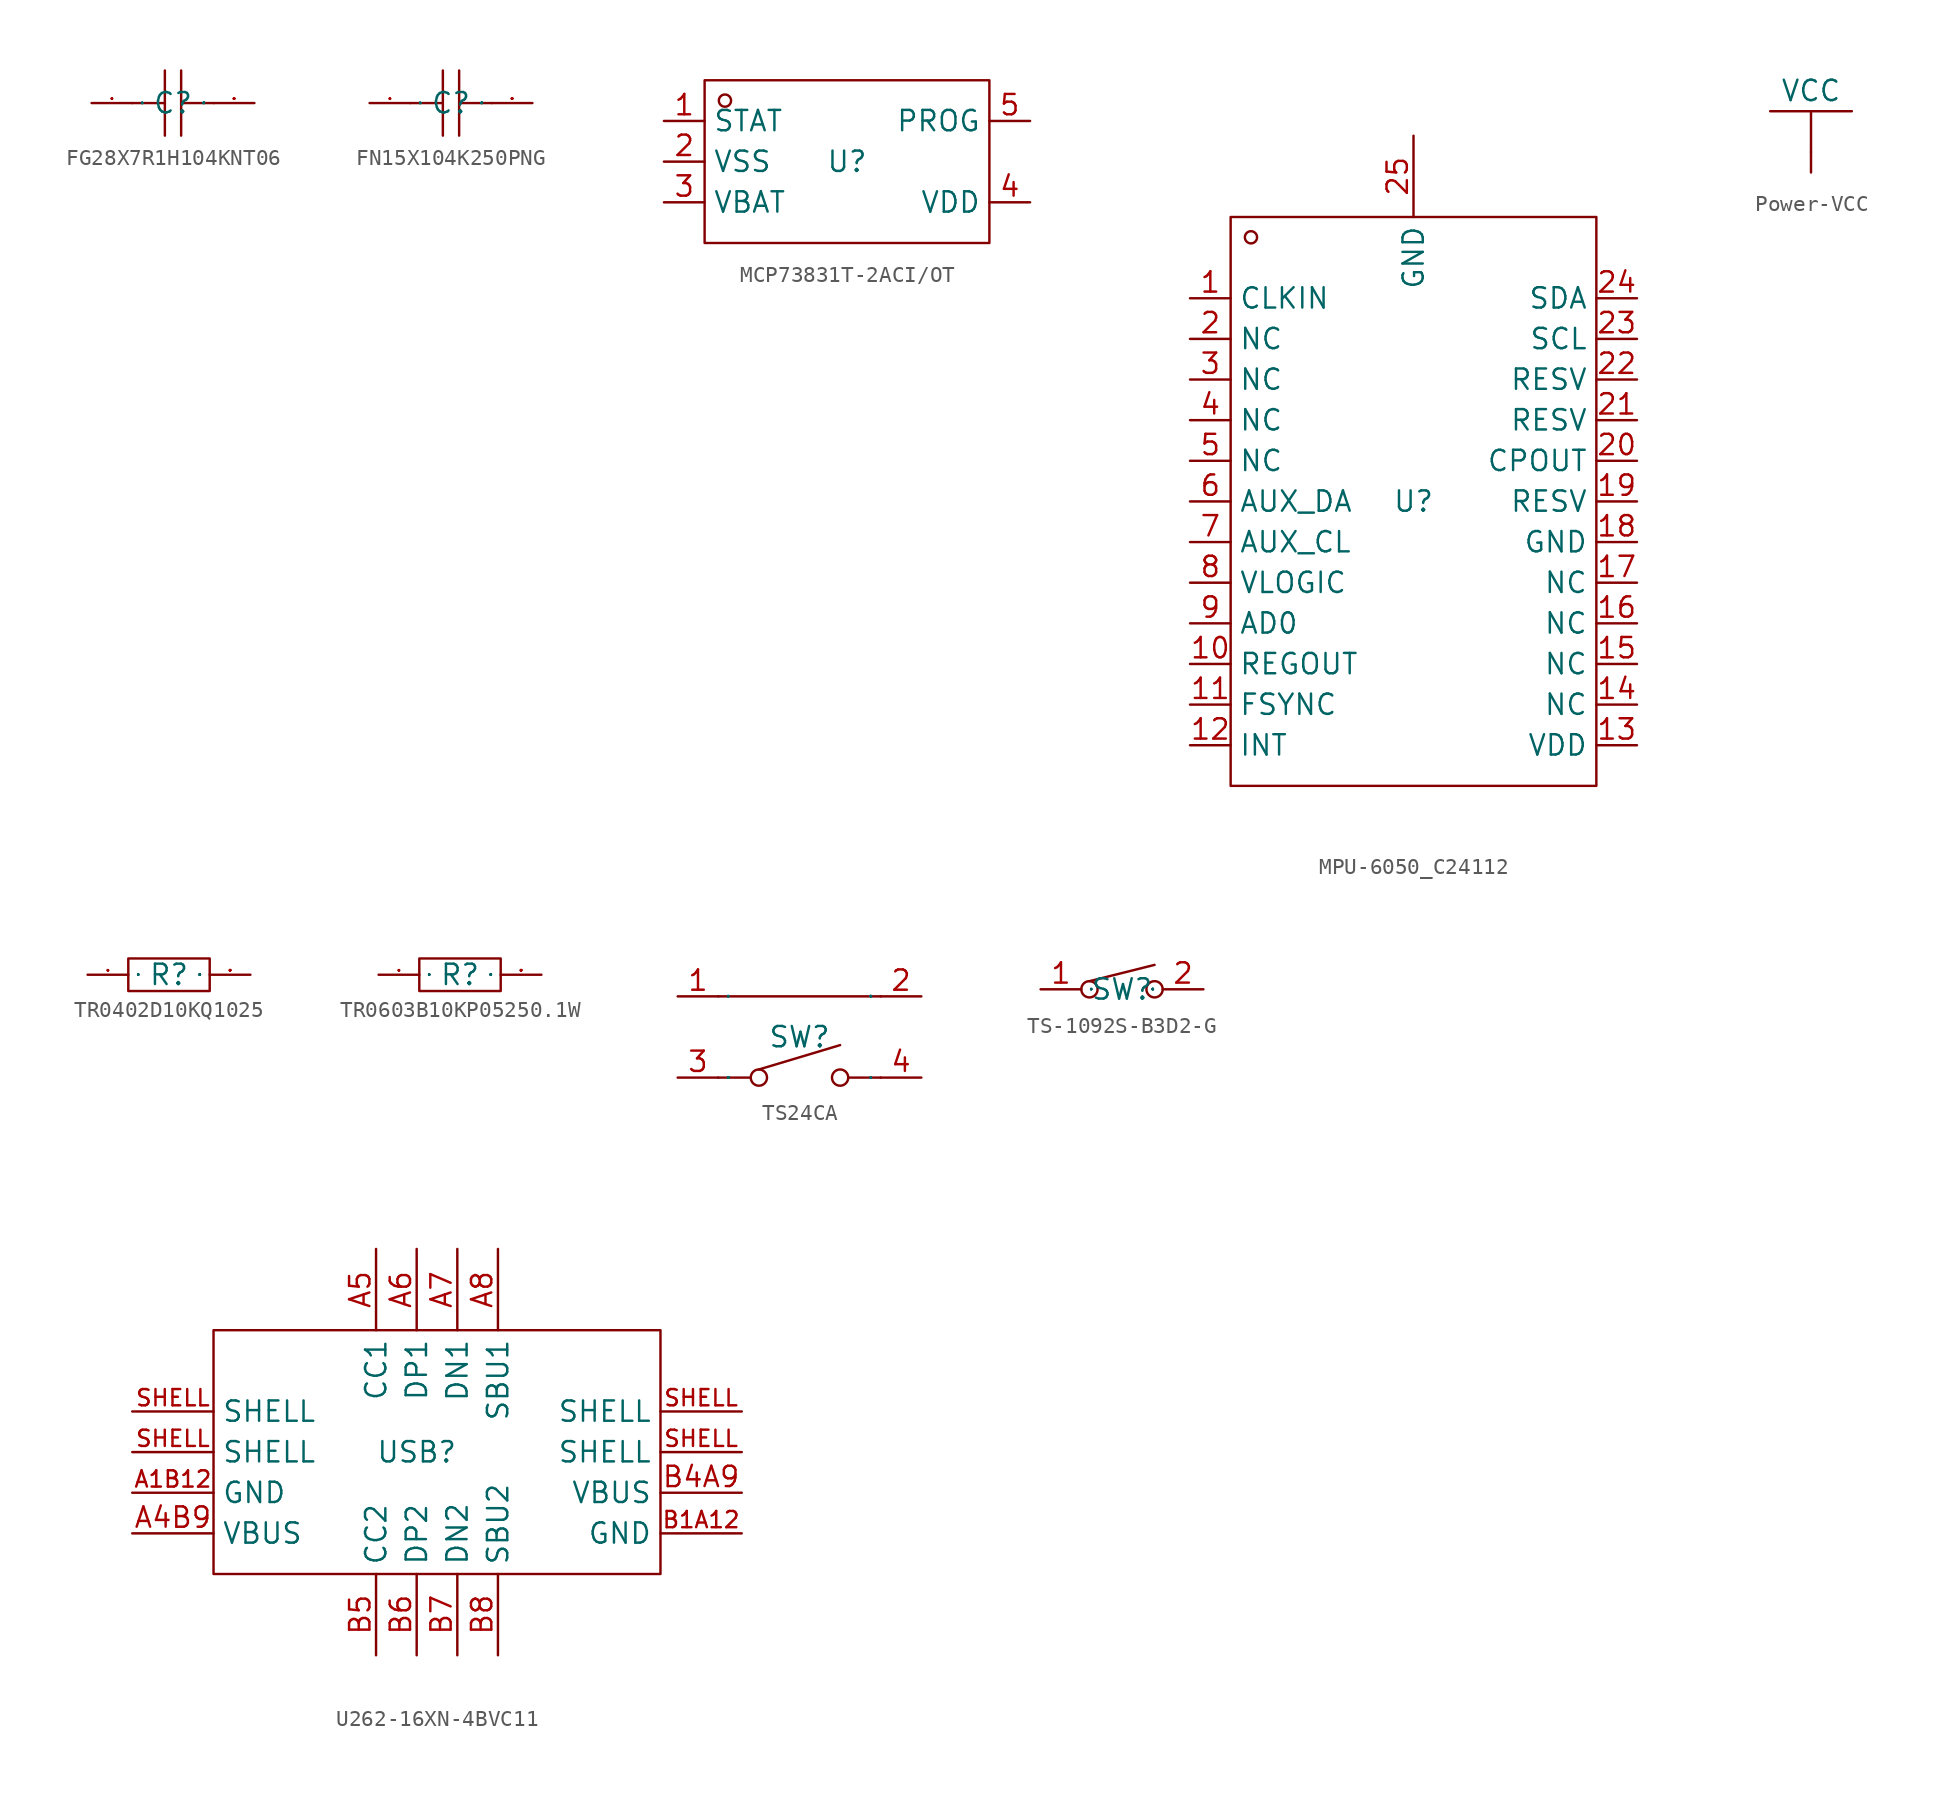
<source format=kicad_sym>
(kicad_symbol_lib
  (version 20241209)
  (generator "kicad_symbol_editor")
  (generator_version "9.0")
  (symbol "FG28X7R1H104KNT06"
    (property "Reference" "C"
      (at 0 0 0)
      (effects (font (size 1.27 1.27))))
    (symbol "FG28X7R1H104KNT06_1_0"
      (polyline (pts (xy -2.54 0) (xy -0.508 0)) (stroke (width 0) (type default)) (fill (type none)))
      (polyline (pts (xy -0.508 -2.032) (xy -0.508 2.032)) (stroke (width 0) (type default)) (fill (type none)))
      (polyline (pts (xy 0.508 2.032) (xy 0.508 -2.032)) (stroke (width 0) (type default)) (fill (type none)))
      (polyline (pts (xy 0.508 0) (xy 2.54 0)) (stroke (width 0) (type default)) (fill (type none)))
      (pin input line (at -5.08 0 0) (length 2.54) (name "1" (effects (font (size 0.025 0.025)))) (number "1" (effects (font (size 0.025 0.025)))))
      (pin input line (at 5.08 0 180) (length 2.54) (name "2" (effects (font (size 0.025 0.025)))) (number "2" (effects (font (size 0.025 0.025)))))))
  (symbol "FN15X104K250PNG"
    (property "Reference" "C"
      (at 0 0 0)
      (effects (font (size 1.27 1.27))))
    (symbol "FN15X104K250PNG_1_0"
      (polyline (pts (xy -0.508 0) (xy -2.54 0)) (stroke (width 0) (type default)) (fill (type none)))
      (polyline (pts (xy -0.508 -2.032) (xy -0.508 2.032)) (stroke (width 0) (type default)) (fill (type none)))
      (polyline (pts (xy 0.508 2.032) (xy 0.508 -2.032)) (stroke (width 0) (type default)) (fill (type none)))
      (polyline (pts (xy 2.54 0) (xy 0.508 0)) (stroke (width 0) (type default)) (fill (type none)))
      (pin input line (at -5.08 0 0) (length 2.54) (name "1" (effects (font (size 0.025 0.025)))) (number "1" (effects (font (size 0.025 0.025)))))
      (pin input line (at 5.08 0 180) (length 2.54) (name "2" (effects (font (size 0.025 0.025)))) (number "2" (effects (font (size 0.025 0.025)))))))
  (symbol "MCP73831T-2ACI/OT"
    (property "Reference" "U"
      (at 0 0 0)
      (effects (font (size 1.27 1.27))))
    (property "Value" ""
      (at 0 0 0)
      (effects (font (size 1.27 1.27))))
    (symbol "MCP73831T-2ACI/OT_1_0"
      (rectangle (start -8.89 -5.08) (end 8.89 5.08) (stroke (width 0) (type default)) (fill (type none)))
      (circle (center -7.62 3.81) (radius 0.381) (stroke (width 0) (type default)) (fill (type none)))
      (pin input line (at -11.43 2.54 0) (length 2.54) (name "STAT" (effects (font (size 1.27 1.27)))) (number "1" (effects (font (size 1.27 1.27)))))
      (pin input line (at -11.43 0 0) (length 2.54) (name "VSS" (effects (font (size 1.27 1.27)))) (number "2" (effects (font (size 1.27 1.27)))))
      (pin input line (at -11.43 -2.54 0) (length 2.54) (name "VBAT" (effects (font (size 1.27 1.27)))) (number "3" (effects (font (size 1.27 1.27)))))
      (pin input line (at 11.43 2.54 180) (length 2.54) (name "PROG" (effects (font (size 1.27 1.27)))) (number "5" (effects (font (size 1.27 1.27)))))
      (pin input line (at 11.43 -2.54 180) (length 2.54) (name "VDD" (effects (font (size 1.27 1.27)))) (number "4" (effects (font (size 1.27 1.27)))))))
  (symbol "MPU-6050_C24112"
    (property "Reference" "U"
      (at 0 0 0)
      (effects (font (size 1.27 1.27))))
    (property "Value" ""
      (at 0 0 0)
      (effects (font (size 1.27 1.27))))
    (symbol "MPU-6050_C24112_1_0"
      (rectangle (start -11.43 -17.78) (end 11.43 17.78) (stroke (width 0) (type default)) (fill (type none)))
      (circle (center -10.16 16.51) (radius 0.381) (stroke (width 0) (type default)) (fill (type none)))
      (pin input line (at -13.97 12.7 0) (length 2.54) (name "CLKIN" (effects (font (size 1.27 1.27)))) (number "1" (effects (font (size 1.27 1.27)))))
      (pin input line (at -13.97 10.16 0) (length 2.54) (name "NC" (effects (font (size 1.27 1.27)))) (number "2" (effects (font (size 1.27 1.27)))))
      (pin input line (at -13.97 7.62 0) (length 2.54) (name "NC" (effects (font (size 1.27 1.27)))) (number "3" (effects (font (size 1.27 1.27)))))
      (pin input line (at -13.97 5.08 0) (length 2.54) (name "NC" (effects (font (size 1.27 1.27)))) (number "4" (effects (font (size 1.27 1.27)))))
      (pin input line (at -13.97 2.54 0) (length 2.54) (name "NC" (effects (font (size 1.27 1.27)))) (number "5" (effects (font (size 1.27 1.27)))))
      (pin input line (at -13.97 0 0) (length 2.54) (name "AUX_DA" (effects (font (size 1.27 1.27)))) (number "6" (effects (font (size 1.27 1.27)))))
      (pin input line (at -13.97 -2.54 0) (length 2.54) (name "AUX_CL" (effects (font (size 1.27 1.27)))) (number "7" (effects (font (size 1.27 1.27)))))
      (pin input line (at -13.97 -5.08 0) (length 2.54) (name "VLOGIC" (effects (font (size 1.27 1.27)))) (number "8" (effects (font (size 1.27 1.27)))))
      (pin input line (at -13.97 -7.62 0) (length 2.54) (name "AD0" (effects (font (size 1.27 1.27)))) (number "9" (effects (font (size 1.27 1.27)))))
      (pin input line (at -13.97 -10.16 0) (length 2.54) (name "REGOUT" (effects (font (size 1.27 1.27)))) (number "10" (effects (font (size 1.27 1.27)))))
      (pin input line (at -13.97 -12.7 0) (length 2.54) (name "FSYNC" (effects (font (size 1.27 1.27)))) (number "11" (effects (font (size 1.27 1.27)))))
      (pin input line (at -13.97 -15.24 0) (length 2.54) (name "INT" (effects (font (size 1.27 1.27)))) (number "12" (effects (font (size 1.27 1.27)))))
      (pin input line (at 0 22.86 270) (length 5.08) (name "GND" (effects (font (size 1.27 1.27)))) (number "25" (effects (font (size 1.27 1.27)))))
      (pin input line (at 13.97 12.7 180) (length 2.54) (name "SDA" (effects (font (size 1.27 1.27)))) (number "24" (effects (font (size 1.27 1.27)))))
      (pin input line (at 13.97 10.16 180) (length 2.54) (name "SCL" (effects (font (size 1.27 1.27)))) (number "23" (effects (font (size 1.27 1.27)))))
      (pin input line (at 13.97 7.62 180) (length 2.54) (name "RESV" (effects (font (size 1.27 1.27)))) (number "22" (effects (font (size 1.27 1.27)))))
      (pin input line (at 13.97 5.08 180) (length 2.54) (name "RESV" (effects (font (size 1.27 1.27)))) (number "21" (effects (font (size 1.27 1.27)))))
      (pin input line (at 13.97 2.54 180) (length 2.54) (name "CPOUT" (effects (font (size 1.27 1.27)))) (number "20" (effects (font (size 1.27 1.27)))))
      (pin input line (at 13.97 0 180) (length 2.54) (name "RESV" (effects (font (size 1.27 1.27)))) (number "19" (effects (font (size 1.27 1.27)))))
      (pin input line (at 13.97 -2.54 180) (length 2.54) (name "GND" (effects (font (size 1.27 1.27)))) (number "18" (effects (font (size 1.27 1.27)))))
      (pin input line (at 13.97 -5.08 180) (length 2.54) (name "NC" (effects (font (size 1.27 1.27)))) (number "17" (effects (font (size 1.27 1.27)))))
      (pin input line (at 13.97 -7.62 180) (length 2.54) (name "NC" (effects (font (size 1.27 1.27)))) (number "16" (effects (font (size 1.27 1.27)))))
      (pin input line (at 13.97 -10.16 180) (length 2.54) (name "NC" (effects (font (size 1.27 1.27)))) (number "15" (effects (font (size 1.27 1.27)))))
      (pin input line (at 13.97 -12.7 180) (length 2.54) (name "NC" (effects (font (size 1.27 1.27)))) (number "14" (effects (font (size 1.27 1.27)))))
      (pin input line (at 13.97 -15.24 180) (length 2.54) (name "VDD" (effects (font (size 1.27 1.27)))) (number "13" (effects (font (size 1.27 1.27)))))))
  (symbol "Power-VCC"
    (power)
    (pin_numbers
      (hide yes))
    (pin_names
      (hide yes))
    (property "Reference" "#PWR"
      (at 0 0 0)
      (effects (font (size 1.27 1.27)) (hide yes)))
    (property "Value" "VCC"
      (at 0 5.08 0)
      (effects (font (size 1.27 1.27))))
    (symbol "Power-VCC_1_0"
      (polyline (pts (xy -2.54 3.81) (xy 2.54 3.81)) (stroke (width 0) (type default)) (fill (type none)))
      (polyline (pts (xy 0 3.81) (xy 0 1.27)) (stroke (width 0) (type default)) (fill (type none)))
      (pin power_in line (at 0 0 90) (length 1.27) (name "" (effects (font (size 1.27 1.27)))) (number "1" (effects (font (size 0.025 0.025)))))))
  (symbol "TR0402D10KQ1025"
    (property "Reference" "R"
      (at 0 0 0)
      (effects (font (size 1.27 1.27))))
    (symbol "TR0402D10KQ1025_1_0"
      (rectangle (start -2.54 -1.016) (end 2.54 1.016) (stroke (width 0) (type default)) (fill (type none)))
      (pin input line (at -5.08 0 0) (length 2.54) (name "1" (effects (font (size 0.025 0.025)))) (number "1" (effects (font (size 0.025 0.025)))))
      (pin input line (at 5.08 0 180) (length 2.54) (name "2" (effects (font (size 0.025 0.025)))) (number "2" (effects (font (size 0.025 0.025)))))))
  (symbol "TR0603B10KP05250.1W"
    (property "Reference" "R"
      (at 0 0 0)
      (effects (font (size 1.27 1.27))))
    (symbol "TR0603B10KP05250.1W_1_0"
      (rectangle (start -2.54 -1.016) (end 2.54 1.016) (stroke (width 0) (type default)) (fill (type none)))
      (pin input line (at -5.08 0 0) (length 2.54) (name "1" (effects (font (size 0.025 0.025)))) (number "1" (effects (font (size 0.025 0.025)))))
      (pin input line (at 5.08 0 180) (length 2.54) (name "2" (effects (font (size 0.025 0.025)))) (number "2" (effects (font (size 0.025 0.025)))))))
  (symbol "TS24CA"
    (property "Reference" "SW"
      (at 0 0 0)
      (effects (font (size 1.27 1.27))))
    (property "Value" ""
      (at 0 0 0)
      (effects (font (size 1.27 1.27))))
    (symbol "TS24CA_1_0"
      (polyline (pts (xy -5.08 2.54) (xy 5.08 2.54)) (stroke (width 0) (type default)) (fill (type none)))
      (polyline (pts (xy -3.048 -2.54) (xy -5.08 -2.54)) (stroke (width 0) (type default)) (fill (type none)))
      (polyline (pts (xy -2.54 -2.032) (xy 2.54 -0.508) (xy 2.54 -0.508) (xy 2.54 -0.508)) (stroke (width 0) (type default)) (fill (type none)))
      (circle (center -2.54 -2.54) (radius 0.508) (stroke (width 0) (type default)) (fill (type none)))
      (circle (center 2.54 -2.54) (radius 0.508) (stroke (width 0) (type default)) (fill (type none)))
      (polyline (pts (xy 3.048 -2.54) (xy 5.08 -2.54)) (stroke (width 0) (type default)) (fill (type none)))
      (pin input line (at -7.62 2.54 0) (length 2.54) (name "1" (effects (font (size 0.025 0.025)))) (number "1" (effects (font (size 1.27 1.27)))))
      (pin input line (at -7.62 -2.54 0) (length 2.54) (name "3" (effects (font (size 0.025 0.025)))) (number "3" (effects (font (size 1.27 1.27)))))
      (pin input line (at 7.62 2.54 180) (length 2.54) (name "2" (effects (font (size 0.025 0.025)))) (number "2" (effects (font (size 1.27 1.27)))))
      (pin input line (at 7.62 -2.54 180) (length 2.54) (name "4" (effects (font (size 0.025 0.025)))) (number "4" (effects (font (size 1.27 1.27)))))))
  (symbol "TS-1092S-B3D2-G"
    (property "Reference" "SW"
      (at 0 0 0)
      (effects (font (size 1.27 1.27))))
    (property "Value" ""
      (at 0 0 0)
      (effects (font (size 1.27 1.27))))
    (symbol "TS-1092S-B3D2-G_1_0"
      (circle (center -2.032 0) (radius 0.508) (stroke (width 0) (type default)) (fill (type none)))
      (polyline (pts (xy 2.032 1.524) (xy -2.032 0.508)) (stroke (width 0) (type default)) (fill (type none)))
      (circle (center 2.032 0) (radius 0.508) (stroke (width 0) (type default)) (fill (type none)))
      (pin input line (at -5.08 0 0) (length 2.54) (name "1" (effects (font (size 0.025 0.025)))) (number "1" (effects (font (size 1.27 1.27)))))
      (pin input line (at 5.08 0 180) (length 2.54) (name "2" (effects (font (size 0.025 0.025)))) (number "2" (effects (font (size 1.27 1.27)))))))
  (symbol "U262-16XN-4BVC11"
    (property "Reference" "USB"
      (at 0 0 0)
      (effects (font (size 1.27 1.27))))
    (property "Value" ""
      (at 0 0 0)
      (effects (font (size 1.27 1.27))))
    (symbol "U262-16XN-4BVC11_1_0"
      (rectangle (start -12.7 -7.62) (end 15.24 7.62) (stroke (width 0) (type default)) (fill (type none)))
      (pin input line (at -17.78 2.54 0) (length 5.08) (name "SHELL" (effects (font (size 1.27 1.27)))) (number "SHELL" (effects (font (size 1.016 1.016)))))
      (pin input line (at -17.78 0 0) (length 5.08) (name "SHELL" (effects (font (size 1.27 1.27)))) (number "SHELL" (effects (font (size 1.016 1.016)))))
      (pin input line (at -17.78 -2.54 0) (length 5.08) (name "GND" (effects (font (size 1.27 1.27)))) (number "A1B12" (effects (font (size 1.016 1.016)))))
      (pin input line (at -17.78 -5.08 0) (length 5.08) (name "VBUS" (effects (font (size 1.27 1.27)))) (number "A4B9" (effects (font (size 1.27 1.27)))))
      (pin input line (at -2.54 12.7 270) (length 5.08) (name "CC1" (effects (font (size 1.27 1.27)))) (number "A5" (effects (font (size 1.27 1.27)))))
      (pin input line (at -2.54 -12.7 90) (length 5.08) (name "CC2" (effects (font (size 1.27 1.27)))) (number "B5" (effects (font (size 1.27 1.27)))))
      (pin input line (at 0 12.7 270) (length 5.08) (name "DP1" (effects (font (size 1.27 1.27)))) (number "A6" (effects (font (size 1.27 1.27)))))
      (pin input line (at 0 -12.7 90) (length 5.08) (name "DP2" (effects (font (size 1.27 1.27)))) (number "B6" (effects (font (size 1.27 1.27)))))
      (pin input line (at 2.54 12.7 270) (length 5.08) (name "DN1" (effects (font (size 1.27 1.27)))) (number "A7" (effects (font (size 1.27 1.27)))))
      (pin input line (at 2.54 -12.7 90) (length 5.08) (name "DN2" (effects (font (size 1.27 1.27)))) (number "B7" (effects (font (size 1.27 1.27)))))
      (pin input line (at 5.08 12.7 270) (length 5.08) (name "SBU1" (effects (font (size 1.27 1.27)))) (number "A8" (effects (font (size 1.27 1.27)))))
      (pin input line (at 5.08 -12.7 90) (length 5.08) (name "SBU2" (effects (font (size 1.27 1.27)))) (number "B8" (effects (font (size 1.27 1.27)))))
      (pin input line (at 20.32 2.54 180) (length 5.08) (name "SHELL" (effects (font (size 1.27 1.27)))) (number "SHELL" (effects (font (size 1.016 1.016)))))
      (pin input line (at 20.32 0 180) (length 5.08) (name "SHELL" (effects (font (size 1.27 1.27)))) (number "SHELL" (effects (font (size 1.016 1.016)))))
      (pin input line (at 20.32 -2.54 180) (length 5.08) (name "VBUS" (effects (font (size 1.27 1.27)))) (number "B4A9" (effects (font (size 1.27 1.27)))))
      (pin input line (at 20.32 -5.08 180) (length 5.08) (name "GND" (effects (font (size 1.27 1.27)))) (number "B1A12" (effects (font (size 1.016 1.016))))))))
</source>
